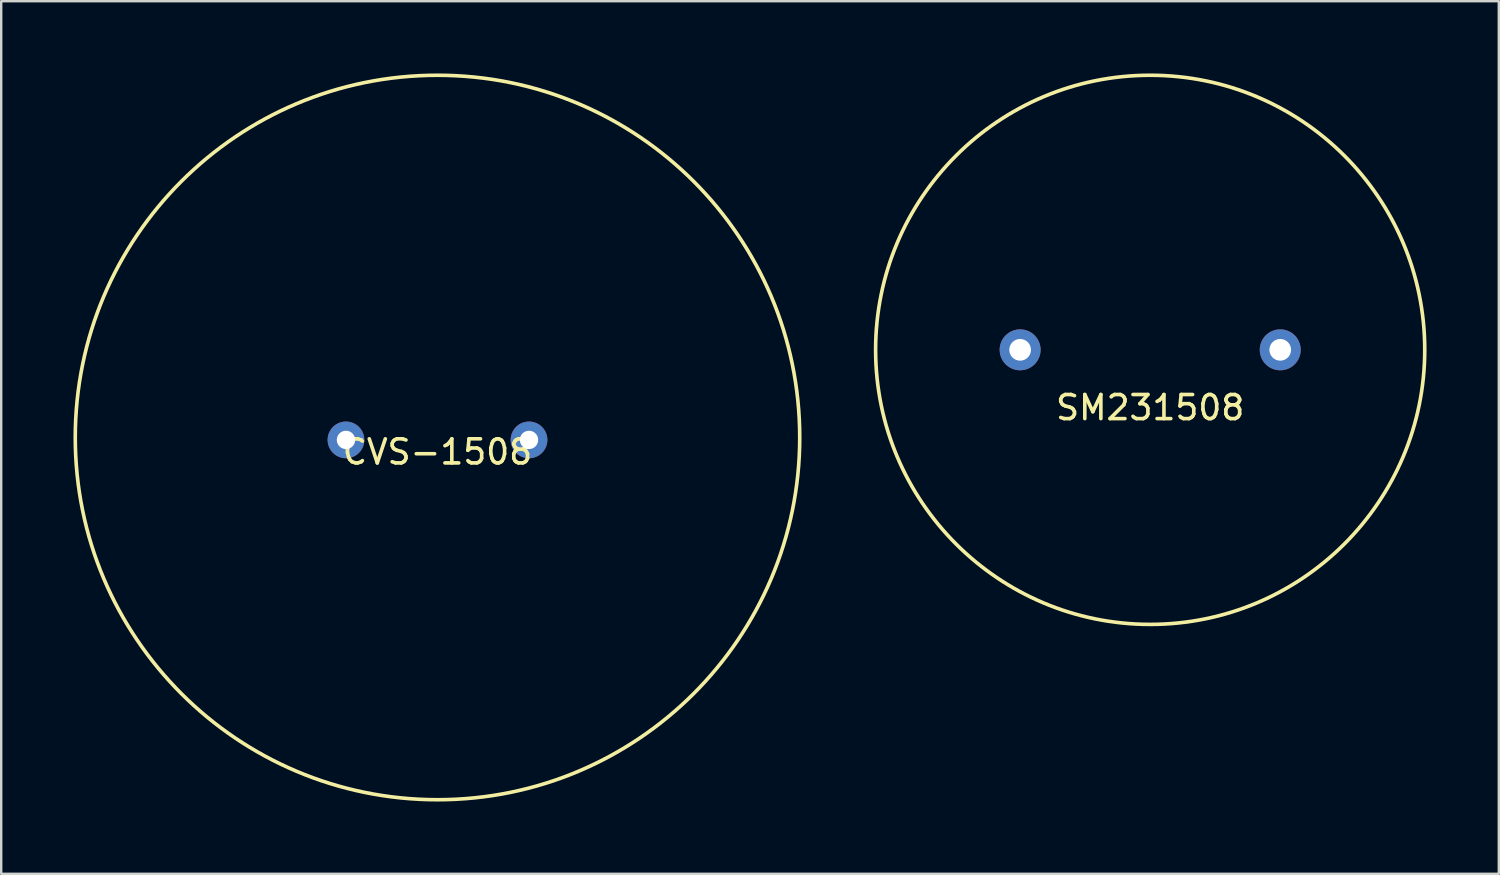
<source format=kicad_pcb>
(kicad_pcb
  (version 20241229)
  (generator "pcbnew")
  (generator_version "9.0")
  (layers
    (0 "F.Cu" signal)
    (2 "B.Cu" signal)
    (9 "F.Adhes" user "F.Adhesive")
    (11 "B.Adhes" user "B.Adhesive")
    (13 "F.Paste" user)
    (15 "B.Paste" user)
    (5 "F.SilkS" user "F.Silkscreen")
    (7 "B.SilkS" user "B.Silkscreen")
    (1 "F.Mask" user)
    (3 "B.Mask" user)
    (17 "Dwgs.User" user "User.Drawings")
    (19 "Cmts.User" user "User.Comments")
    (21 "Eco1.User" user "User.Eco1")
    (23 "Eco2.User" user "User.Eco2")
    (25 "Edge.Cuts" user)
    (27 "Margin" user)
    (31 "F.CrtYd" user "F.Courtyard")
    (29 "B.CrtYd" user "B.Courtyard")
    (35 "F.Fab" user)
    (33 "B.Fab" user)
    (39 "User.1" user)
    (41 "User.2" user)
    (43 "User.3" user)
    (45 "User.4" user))
  (footprint "SM231508"
    (layer "F.Cu")
    (at 44.706 11.475)
    (property "Reference" "SM231508" (at 0 2.4 0) (layer "F.SilkS") (effects (font (size 1 1) (thickness 0.15))))
    (attr through_hole)
    (fp_circle (center 0 0) (end 11.4 0.1) (stroke (width 0.15) (type solid)) (fill no) (layer "F.SilkS"))
    (pad "1" thru_hole circle (at -5.4 0) (size 1.7 1.7) (drill 0.9) (layers "*.Cu" "*.Mask"))
    (pad "2" thru_hole circle (at 5.4 0) (size 1.7 1.7) (drill 0.9) (layers "*.Cu" "*.Mask")))
  (footprint "CVS-1508"
    (layer "F.Cu")
    (at 15.115 15.215)
    (property "Reference" "CVS-1508" (at 0 0.5 0) (layer "F.SilkS") (effects (font (size 1 1) (thickness 0.15))))
    (attr through_hole)
    (fp_circle (center 0 -0.1) (end 15 1) (stroke (width 0.15) (type solid)) (fill no) (layer "F.SilkS"))
    (pad "1" thru_hole circle (at 3.8 0) (size 1.524 1.524) (drill 0.762) (layers "*.Cu" "*.Mask"))
    (pad "2" thru_hole circle (at -3.8 0) (size 1.524 1.524) (drill 0.762) (layers "*.Cu" "*.Mask")))
  (gr_rect
    (start -3 -3)
    (end 59.181 33.231)
    (stroke (width 0.1) (type default))
    (fill no)
    (layer "Edge.Cuts")))
</source>
